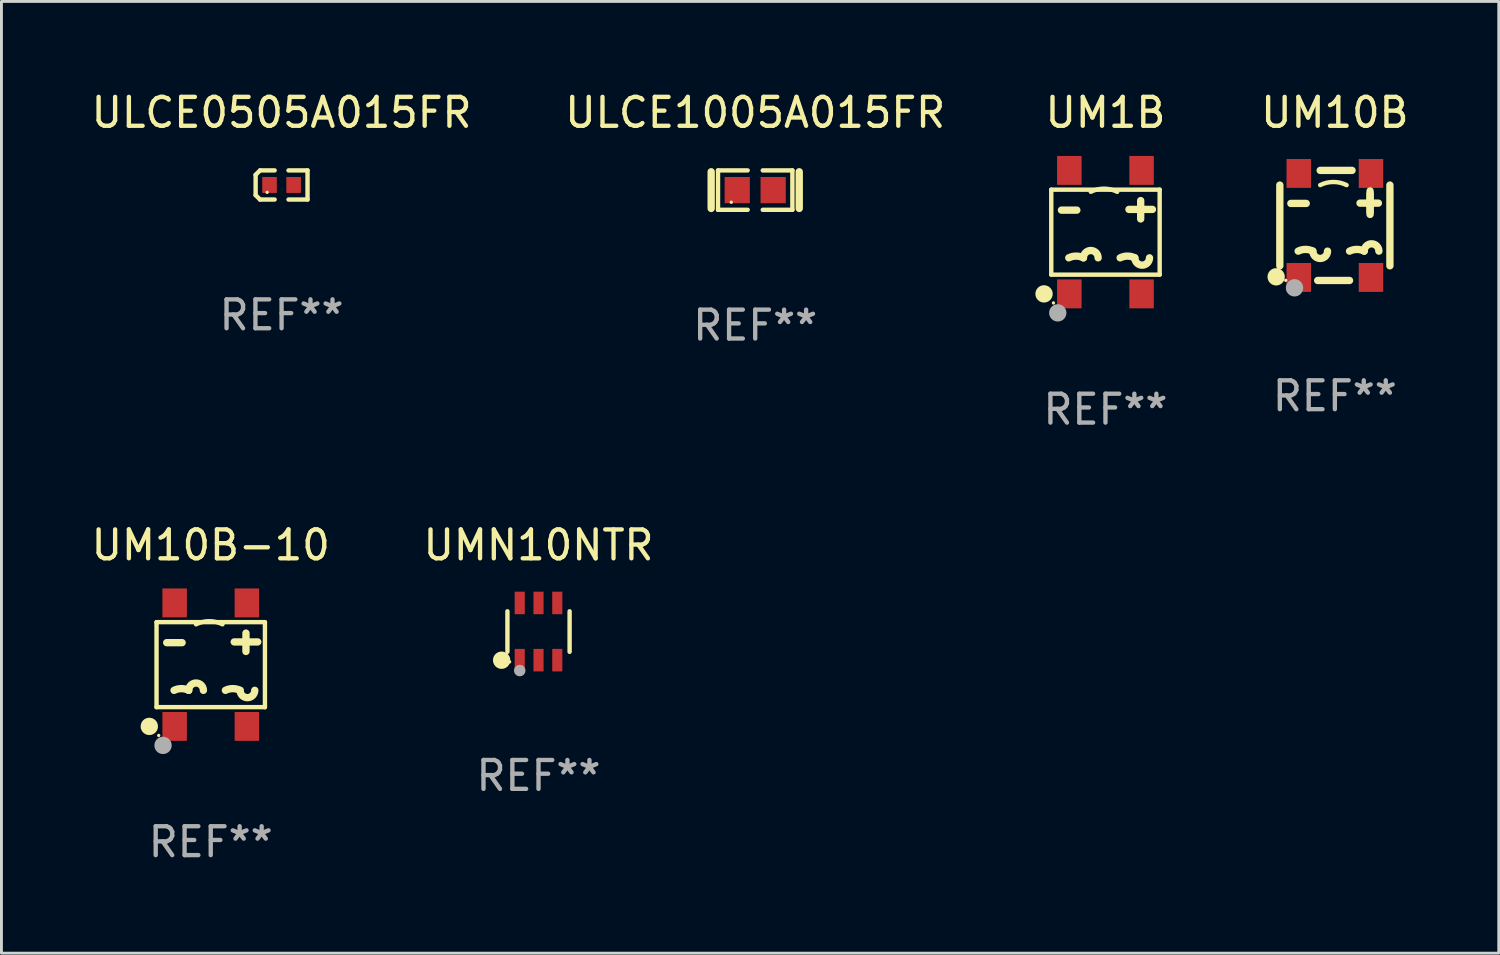
<source format=kicad_pcb>
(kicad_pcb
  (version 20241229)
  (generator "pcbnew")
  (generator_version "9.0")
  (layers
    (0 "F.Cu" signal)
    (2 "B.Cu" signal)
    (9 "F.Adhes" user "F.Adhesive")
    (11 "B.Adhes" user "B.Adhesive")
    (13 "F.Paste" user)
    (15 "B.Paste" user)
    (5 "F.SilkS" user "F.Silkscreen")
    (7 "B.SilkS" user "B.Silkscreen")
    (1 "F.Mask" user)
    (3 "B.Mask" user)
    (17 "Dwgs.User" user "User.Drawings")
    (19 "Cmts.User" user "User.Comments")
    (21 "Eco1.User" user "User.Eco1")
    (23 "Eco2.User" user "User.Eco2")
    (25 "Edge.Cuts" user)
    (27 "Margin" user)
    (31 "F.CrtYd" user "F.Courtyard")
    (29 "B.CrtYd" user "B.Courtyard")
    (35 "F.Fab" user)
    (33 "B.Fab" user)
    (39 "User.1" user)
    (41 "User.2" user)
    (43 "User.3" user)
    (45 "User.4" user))
  (footprint "ULCE0505A015FR"
    (layer "F.Cu")
    (at 6.696 3.352)
    (property "Reference" "ULCE0505A015FR" (at 0 -2.504 0) (layer "F.SilkS") (effects (font (size 1 1) (thickness 0.15))))
    (attr through_hole)
    (fp_line (start -0.898 -0.352) (end -0.745 -0.504) (stroke (width 0.152) (type solid)) (layer "F.SilkS"))
    (fp_line (start -0.898 0.352) (end -0.898 -0.352) (stroke (width 0.152) (type solid)) (layer "F.SilkS"))
    (fp_line (start -0.745 -0.504) (end -0.24 -0.504) (stroke (width 0.152) (type solid)) (layer "F.SilkS"))
    (fp_line (start -0.745 0.504) (end -0.898 0.352) (stroke (width 0.152) (type solid)) (layer "F.SilkS"))
    (fp_line (start -0.24 0.504) (end -0.745 0.504) (stroke (width 0.152) (type solid)) (layer "F.SilkS"))
    (fp_line (start 0.24 0.504) (end 0.898 0.504) (stroke (width 0.152) (type solid)) (layer "F.SilkS"))
    (fp_line (start 0.898 -0.504) (end 0.24 -0.504) (stroke (width 0.152) (type solid)) (layer "F.SilkS"))
    (fp_line (start 0.898 0.504) (end 0.898 -0.504) (stroke (width 0.152) (type solid)) (layer "F.SilkS"))
    (fp_circle (center -0.5 0.255) (end -0.47 0.255) (stroke (width 0.06) (type solid)) (fill no) (layer "F.SilkS"))
    (fp_text user "REF**" (at 0 4.504 0) (layer "F.Fab") (effects (font (size 1 1) (thickness 0.15))))
    (pad "1" smd rect (at -0.417 -0.000051) (size 0.505 0.551) (layers "F.Cu" "F.Mask" "F.Paste"))
    (pad "2" smd rect (at 0.417 -0.000051) (size 0.505 0.551) (layers "F.Cu" "F.Mask" "F.Paste")))
  (footprint "ULCE1005A015FR"
    (layer "F.Cu")
    (at 23.089 3.53)
    (property "Reference" "ULCE1005A015FR" (at 0 -2.682 0) (layer "F.SilkS") (effects (font (size 1 1) (thickness 0.15))))
    (attr through_hole)
    (fp_line (start -1.524 -0.635) (end -1.524 0.635) (stroke (width 0.254) (type solid)) (layer "F.SilkS"))
    (fp_line (start -1.287 -0.682) (end -0.261 -0.682) (stroke (width 0.152) (type solid)) (layer "F.SilkS"))
    (fp_line (start -1.287 0.682) (end -1.287 -0.682) (stroke (width 0.152) (type solid)) (layer "F.SilkS"))
    (fp_line (start -0.261 0.682) (end -1.287 0.682) (stroke (width 0.152) (type solid)) (layer "F.SilkS"))
    (fp_line (start 0.261 0.682) (end 1.287 0.682) (stroke (width 0.152) (type solid)) (layer "F.SilkS"))
    (fp_line (start 1.287 -0.682) (end 0.261 -0.682) (stroke (width 0.152) (type solid)) (layer "F.SilkS"))
    (fp_line (start 1.287 0.682) (end 1.287 -0.682) (stroke (width 0.152) (type solid)) (layer "F.SilkS"))
    (fp_line (start 1.524 -0.635) (end 1.524 0.635) (stroke (width 0.254) (type solid)) (layer "F.SilkS"))
    (fp_circle (center -0.83 0.42) (end -0.8 0.42) (stroke (width 0.06) (type solid)) (fill no) (layer "F.SilkS"))
    (fp_text user "REF**" (at 0 4.682 0) (layer "F.Fab") (effects (font (size 1 1) (thickness 0.15))))
    (pad "1" smd rect (at -0.622 0) (size 0.873 0.907) (layers "F.Cu" "F.Mask" "F.Paste"))
    (pad "2" smd rect (at 0.622 0) (size 0.873 0.907) (layers "F.Cu" "F.Mask" "F.Paste")))
  (footprint "UMN10NTR"
    (layer "F.Cu")
    (at 15.589 18.809)
    (property "Reference" "UMN10NTR" (at 0 -2.99 0) (layer "F.SilkS") (effects (font (size 1 1) (thickness 0.15))))
    (attr through_hole)
    (fp_line (start -1.076 0.701) (end -1.076 -0.701) (stroke (width 0.152) (type solid)) (layer "F.SilkS"))
    (fp_line (start 1.076 0.701) (end 1.076 -0.701) (stroke (width 0.152) (type solid)) (layer "F.SilkS"))
    (fp_circle (center -1.277 0.992) (end -1.127 0.992) (stroke (width 0.3) (type solid)) (fill no) (layer "F.SilkS"))
    (fp_circle (center -1 1.05) (end -0.97 1.05) (stroke (width 0.06) (type solid)) (fill no) (layer "F.SilkS"))
    (fp_circle (center -0.65 1.35) (end -0.55 1.35) (stroke (width 0.2) (type solid)) (fill no) (layer "F.Fab"))
    (fp_text user "REF**" (at 0 4.99 0) (layer "F.Fab") (effects (font (size 1 1) (thickness 0.15))))
    (pad "1" smd rect (at -0.65 0.99) (size 0.35 0.78) (layers "F.Cu" "F.Mask" "F.Paste"))
    (pad "2" smd rect (at 0 0.99) (size 0.35 0.78) (layers "F.Cu" "F.Mask" "F.Paste"))
    (pad "3" smd rect (at 0.65 0.99) (size 0.35 0.78) (layers "F.Cu" "F.Mask" "F.Paste"))
    (pad "4" smd rect (at 0.65 -0.99) (size 0.35 0.78) (layers "F.Cu" "F.Mask" "F.Paste"))
    (pad "5" smd rect (at 0 -0.99) (size 0.35 0.78) (layers "F.Cu" "F.Mask" "F.Paste"))
    (pad "6" smd rect (at -0.65 -0.99) (size 0.35 0.78) (layers "F.Cu" "F.Mask" "F.Paste")))
  (footprint "UM1B"
    (layer "F.Cu")
    (at 35.212 4.985)
    (property "Reference" "UM1B" (at 0 -4.137 0) (layer "F.SilkS") (effects (font (size 1 1) (thickness 0.15))))
    (attr through_hole)
    (fp_line (start -1.876 -1.471) (end 1.876 -1.471) (stroke (width 0.152) (type solid)) (layer "F.SilkS"))
    (fp_line (start -1.876 1.471) (end -1.876 -1.471) (stroke (width 0.152) (type solid)) (layer "F.SilkS"))
    (fp_line (start -1.524 -0.762) (end -0.991 -0.762) (stroke (width 0.254) (type solid)) (layer "F.SilkS"))
    (fp_line (start 1.219 -1.092) (end 1.219 -0.457) (stroke (width 0.254) (type solid)) (layer "F.SilkS"))
    (fp_line (start 1.626 -0.787) (end 0.813 -0.787) (stroke (width 0.254) (type solid)) (layer "F.SilkS"))
    (fp_line (start 1.876 -1.471) (end 1.876 1.471) (stroke (width 0.152) (type solid)) (layer "F.SilkS"))
    (fp_line (start 1.876 1.471) (end -1.876 1.471) (stroke (width 0.152) (type solid)) (layer "F.SilkS"))
    (fp_arc (start -1.270003 0.889002) (mid -1.016002 0.82904) (end -0.762002 0.889002) (stroke (width 0.254001) (type solid)) (layer "F.SilkS"))
    (fp_arc (start -0.762001 0.889002) (mid -0.508001 0.635002) (end -0.254001 0.889002) (stroke (width 0.254001) (type solid)) (layer "F.SilkS"))
    (fp_arc (start -0.508001 -1.397003) (mid -0.050713 -1.504448) (end 0.406401 -1.396266) (stroke (width 0.1524) (type solid)) (layer "F.SilkS"))
    (fp_arc (start 0.508001 0.889002) (mid 0.762002 0.82904) (end 1.016002 0.889002) (stroke (width 0.254001) (type solid)) (layer "F.SilkS"))
    (fp_arc (start 1.524003 0.889002) (mid 1.270003 1.143002) (end 1.016003 0.889002) (stroke (width 0.254001) (type solid)) (layer "F.SilkS"))
    (fp_circle (center -2.126 2.137) (end -1.976 2.137) (stroke (width 0.3) (type solid)) (fill no) (layer "F.SilkS"))
    (fp_circle (center -1.8 2.45) (end -1.77 2.45) (stroke (width 0.06) (type solid)) (fill no) (layer "F.SilkS"))
    (fp_circle (center -1.651 2.794) (end -1.501 2.794) (stroke (width 0.3) (type solid)) (fill no) (layer "F.Fab"))
    (fp_text user "REF**" (at 0 6.137 0) (layer "F.Fab") (effects (font (size 1 1) (thickness 0.15))))
    (pad "1" smd rect (at -1.25 2.137) (size 0.847 1) (layers "F.Cu" "F.Mask" "F.Paste"))
    (pad "2" smd rect (at 1.25 2.137) (size 0.847 1) (layers "F.Cu" "F.Mask" "F.Paste"))
    (pad "3" smd rect (at 1.25 -2.137) (size 0.847 1) (layers "F.Cu" "F.Mask" "F.Paste"))
    (pad "4" smd rect (at -1.25 -2.137) (size 0.847 1) (layers "F.Cu" "F.Mask" "F.Paste")))
  (footprint "UM10B-10"
    (layer "F.Cu")
    (at 4.244 19.955)
    (property "Reference" "UM10B-10" (at 0 -4.137 0) (layer "F.SilkS") (effects (font (size 1 1) (thickness 0.15))))
    (attr through_hole)
    (fp_line (start -1.876 -1.471) (end 1.876 -1.471) (stroke (width 0.152) (type solid)) (layer "F.SilkS"))
    (fp_line (start -1.876 1.471) (end -1.876 -1.471) (stroke (width 0.152) (type solid)) (layer "F.SilkS"))
    (fp_line (start -1.524 -0.762) (end -0.991 -0.762) (stroke (width 0.254) (type solid)) (layer "F.SilkS"))
    (fp_line (start 1.219 -1.092) (end 1.219 -0.457) (stroke (width 0.254) (type solid)) (layer "F.SilkS"))
    (fp_line (start 1.626 -0.787) (end 0.813 -0.787) (stroke (width 0.254) (type solid)) (layer "F.SilkS"))
    (fp_line (start 1.876 -1.471) (end 1.876 1.471) (stroke (width 0.152) (type solid)) (layer "F.SilkS"))
    (fp_line (start 1.876 1.471) (end -1.876 1.471) (stroke (width 0.152) (type solid)) (layer "F.SilkS"))
    (fp_arc (start -1.270003 0.889002) (mid -1.016002 0.82904) (end -0.762002 0.889002) (stroke (width 0.254001) (type solid)) (layer "F.SilkS"))
    (fp_arc (start -0.762001 0.889002) (mid -0.508001 0.635002) (end -0.254001 0.889002) (stroke (width 0.254001) (type solid)) (layer "F.SilkS"))
    (fp_arc (start -0.508001 -1.397003) (mid -0.050713 -1.504448) (end 0.406401 -1.396266) (stroke (width 0.1524) (type solid)) (layer "F.SilkS"))
    (fp_arc (start 0.508001 0.889002) (mid 0.762002 0.82904) (end 1.016002 0.889002) (stroke (width 0.254001) (type solid)) (layer "F.SilkS"))
    (fp_arc (start 1.524003 0.889002) (mid 1.270003 1.143002) (end 1.016003 0.889002) (stroke (width 0.254001) (type solid)) (layer "F.SilkS"))
    (fp_circle (center -2.126 2.137) (end -1.976 2.137) (stroke (width 0.3) (type solid)) (fill no) (layer "F.SilkS"))
    (fp_circle (center -1.8 2.45) (end -1.77 2.45) (stroke (width 0.06) (type solid)) (fill no) (layer "F.SilkS"))
    (fp_circle (center -1.651 2.794) (end -1.501 2.794) (stroke (width 0.3) (type solid)) (fill no) (layer "F.Fab"))
    (fp_text user "REF**" (at 0 6.137 0) (layer "F.Fab") (effects (font (size 1 1) (thickness 0.15))))
    (pad "1" smd rect (at -1.25 2.137) (size 0.847 1) (layers "F.Cu" "F.Mask" "F.Paste"))
    (pad "2" smd rect (at 1.25 2.137) (size 0.847 1) (layers "F.Cu" "F.Mask" "F.Paste"))
    (pad "3" smd rect (at 1.25 -2.137) (size 0.847 1) (layers "F.Cu" "F.Mask" "F.Paste"))
    (pad "4" smd rect (at -1.25 -2.137) (size 0.847 1) (layers "F.Cu" "F.Mask" "F.Paste")))
  (footprint "UM10B"
    (layer "F.Cu")
    (at 43.152 4.753)
    (property "Reference" "UM10B" (at 0 -3.905 0) (layer "F.SilkS") (effects (font (size 1 1) (thickness 0.15))))
    (attr through_hole)
    (fp_line (start -1.905 1.397) (end -1.905 -1.397) (stroke (width 0.254) (type solid)) (layer "F.SilkS"))
    (fp_line (start -1.524 -0.762) (end -0.991 -0.762) (stroke (width 0.254) (type solid)) (layer "F.SilkS"))
    (fp_line (start -0.508 -1.905) (end 0.595 -1.905) (stroke (width 0.254) (type solid)) (layer "F.SilkS"))
    (fp_line (start 0.508 1.905) (end -0.595 1.905) (stroke (width 0.254) (type solid)) (layer "F.SilkS"))
    (fp_line (start 0.87 -0.772) (end 1.505 -0.772) (stroke (width 0.254) (type solid)) (layer "F.SilkS"))
    (fp_line (start 1.219 -1.194) (end 1.219 -0.381) (stroke (width 0.254) (type solid)) (layer "F.SilkS"))
    (fp_line (start 1.219 -1.092) (end 1.219 -0.457) (stroke (width 0.254) (type solid)) (layer "F.SilkS"))
    (fp_line (start 1.905 -1.397) (end 1.905 1.397) (stroke (width 0.254) (type solid)) (layer "F.SilkS"))
    (fp_arc (start -1.270015 0.888976) (mid -1.016015 0.829015) (end -0.762014 0.888976) (stroke (width 0.254001) (type solid)) (layer "F.SilkS"))
    (fp_arc (start -0.508014 -1.397028) (mid -0.050726 -1.504474) (end 0.406388 -1.396292) (stroke (width 0.1524) (type solid)) (layer "F.SilkS"))
    (fp_arc (start -0.254013 0.888976) (mid -0.508014 1.142977) (end -0.762015 0.888976) (stroke (width 0.254001) (type solid)) (layer "F.SilkS"))
    (fp_arc (start 0.507988 0.888976) (mid 0.761989 0.829014) (end 1.015989 0.888976) (stroke (width 0.254001) (type solid)) (layer "F.SilkS"))
    (fp_arc (start 1.01599 0.888976) (mid 1.26999 0.634976) (end 1.52399 0.888976) (stroke (width 0.254001) (type solid)) (layer "F.SilkS"))
    (fp_circle (center -2.032 1.778) (end -1.882 1.778) (stroke (width 0.3) (type solid)) (fill no) (layer "F.SilkS"))
    (fp_circle (center -1.7 1.9) (end -1.67 1.9) (stroke (width 0.06) (type solid)) (fill no) (layer "F.SilkS"))
    (fp_circle (center -1.397 2.159) (end -1.247 2.159) (stroke (width 0.3) (type solid)) (fill no) (layer "F.Fab"))
    (fp_text user "REF**" (at 0 5.905 0) (layer "F.Fab") (effects (font (size 1 1) (thickness 0.15))))
    (pad "1" smd rect (at -1.25 1.8) (size 0.847 1) (layers "F.Cu" "F.Mask" "F.Paste"))
    (pad "2" smd rect (at 1.25 1.8) (size 0.847 1) (layers "F.Cu" "F.Mask" "F.Paste"))
    (pad "3" smd rect (at 1.25 -1.8) (size 0.847 1) (layers "F.Cu" "F.Mask" "F.Paste"))
    (pad "4" smd rect (at -1.25 -1.8) (size 0.847 1) (layers "F.Cu" "F.Mask" "F.Paste")))
  (gr_rect
    (start -3 -3)
    (end 48.825 29.941)
    (stroke (width 0.1) (type default))
    (fill no)
    (layer "Edge.Cuts")))
</source>
